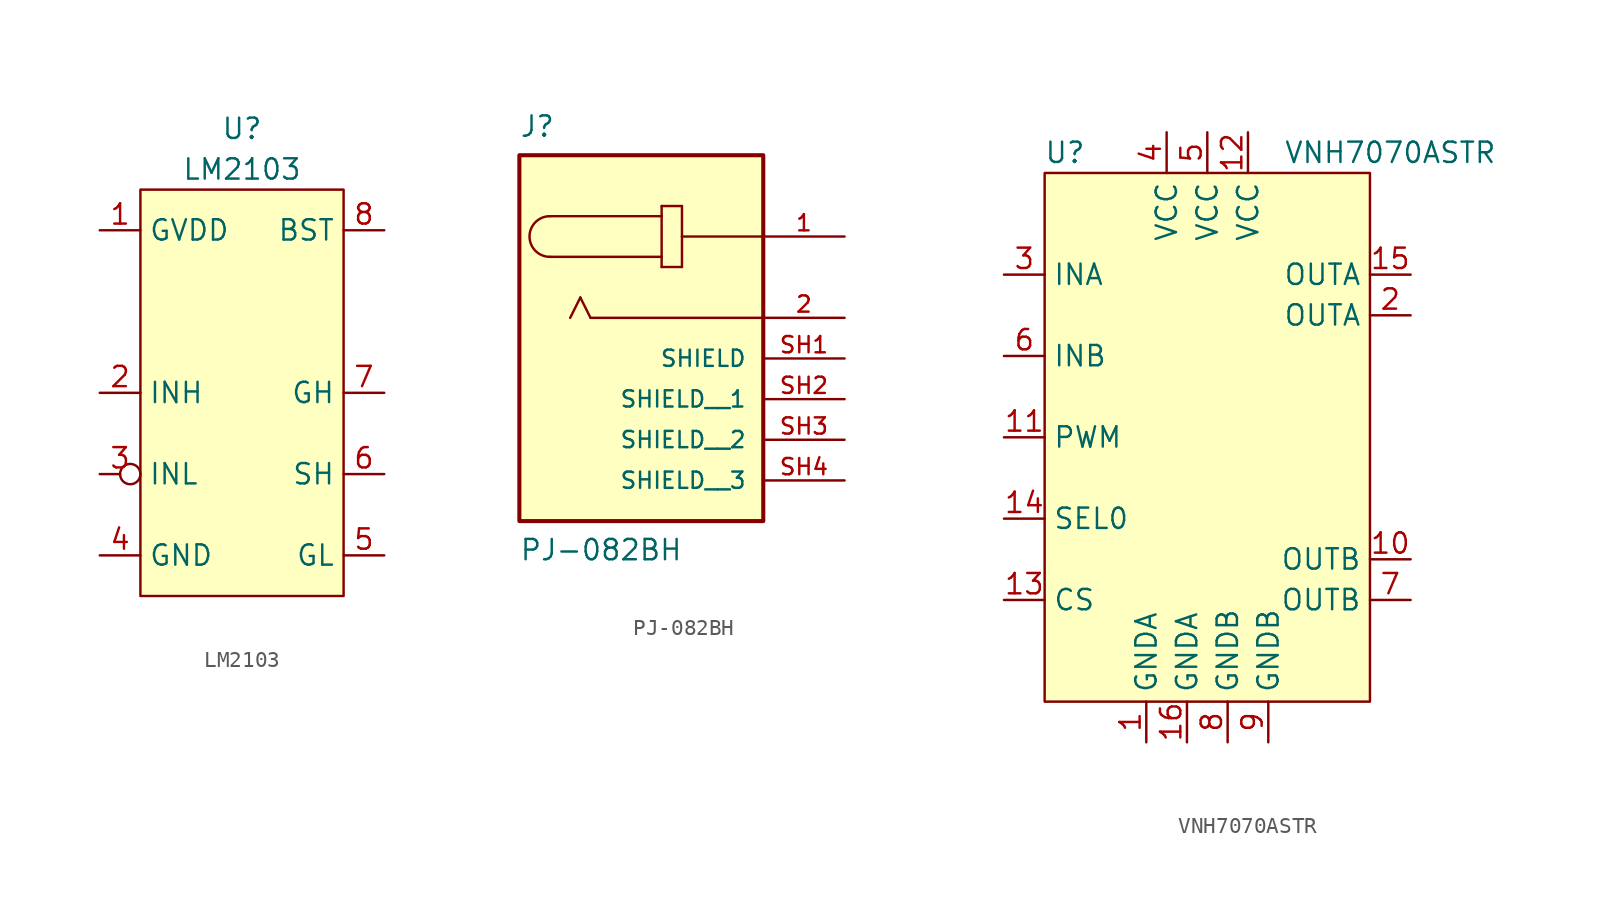
<source format=kicad_sym>
(kicad_symbol_lib
  (version 20220914)
  (generator kicad_symbol_editor)
  (symbol "LM2103"
    (property "Reference" "U"
      (at 0 16.51 0)
      (effects (font (size 1.27 1.27))))
    (property "Value" "LM2103"
      (at 0 13.97 0)
      (effects (font (size 1.27 1.27))))
    (symbol "LM2103_1_1"
      (rectangle (start -6.35 12.7) (end 6.35 -12.7) (stroke (width 0) (type default)) (fill (type background)))
      (pin input line (at -8.89 10.16 0) (length 2.54) (name "GVDD" (effects (font (size 1.27 1.27)))) (number "1" (effects (font (size 1.27 1.27)))))
      (pin input line (at -8.89 0 0) (length 2.54) (name "INH" (effects (font (size 1.27 1.27)))) (number "2" (effects (font (size 1.27 1.27)))))
      (pin input inverted (at -8.89 -5.08 0) (length 2.54) (name "INL" (effects (font (size 1.27 1.27)))) (number "3" (effects (font (size 1.27 1.27)))))
      (pin input line (at -8.89 -10.16 0) (length 2.54) (name "GND" (effects (font (size 1.27 1.27)))) (number "4" (effects (font (size 1.27 1.27)))))
      (pin input line (at 8.89 -10.16 180) (length 2.54) (name "GL" (effects (font (size 1.27 1.27)))) (number "5" (effects (font (size 1.27 1.27)))))
      (pin input line (at 8.89 -5.08 180) (length 2.54) (name "SH" (effects (font (size 1.27 1.27)))) (number "6" (effects (font (size 1.27 1.27)))))
      (pin input line (at 8.89 0 180) (length 2.54) (name "GH" (effects (font (size 1.27 1.27)))) (number "7" (effects (font (size 1.27 1.27)))))
      (pin input line (at 8.89 10.16 180) (length 2.54) (name "BST" (effects (font (size 1.27 1.27)))) (number "8" (effects (font (size 1.27 1.27)))))))
  (symbol "PJ-082BH"
    (pin_names
      (offset 1.016))
    (property "Reference" "J"
      (at -7.625 10.163 0)
      (effects (font (size 1.27 1.27)) (justify left top)))
    (property "Value" "PJ-082BH"
      (at -7.632 -17.788 0)
      (effects (font (size 1.27 1.27)) (justify left bottom)))
    (symbol "PJ-082BH_0_0"
      (rectangle (start -7.62 -15.24) (end 7.62 7.62) (stroke (width 0.254) (type default)) (fill (type background)))
      (arc (start -5.715 3.81) (mid -6.9795 2.54) (end -5.715 1.27) (stroke (width 0.1524) (type default)) (fill (type none)))
      (polyline (pts (xy -5.715 3.81) (xy 1.27 3.81)) (stroke (width 0.152) (type default)) (fill (type none)))
      (polyline (pts (xy -3.81 -1.27) (xy -4.445 -2.54)) (stroke (width 0.152) (type default)) (fill (type none)))
      (polyline (pts (xy -3.175 -2.54) (xy -3.81 -1.27)) (stroke (width 0.152) (type default)) (fill (type none)))
      (polyline (pts (xy 1.27 0.635) (xy 2.54 0.635)) (stroke (width 0.152) (type default)) (fill (type none)))
      (polyline (pts (xy 1.27 1.27) (xy -5.715 1.27)) (stroke (width 0.152) (type default)) (fill (type none)))
      (polyline (pts (xy 1.27 1.27) (xy 1.27 0.635)) (stroke (width 0.152) (type default)) (fill (type none)))
      (polyline (pts (xy 1.27 3.81) (xy 1.27 1.27)) (stroke (width 0.152) (type default)) (fill (type none)))
      (polyline (pts (xy 1.27 4.445) (xy 1.27 3.81)) (stroke (width 0.152) (type default)) (fill (type none)))
      (polyline (pts (xy 2.54 0.635) (xy 2.54 2.54)) (stroke (width 0.152) (type default)) (fill (type none)))
      (polyline (pts (xy 2.54 2.54) (xy 2.54 4.445)) (stroke (width 0.152) (type default)) (fill (type none)))
      (polyline (pts (xy 2.54 2.54) (xy 7.62 2.54)) (stroke (width 0.152) (type default)) (fill (type none)))
      (polyline (pts (xy 2.54 4.445) (xy 1.27 4.445)) (stroke (width 0.152) (type default)) (fill (type none)))
      (polyline (pts (xy 7.62 -2.54) (xy -3.175 -2.54)) (stroke (width 0.152) (type default)) (fill (type none)))
      (pin passive line (at 12.7 2.54 180) (length 5.08) (name "~" (effects (font (size 1.016 1.016)))) (number "1" (effects (font (size 1.016 1.016)))))
      (pin passive line (at 12.7 -2.54 180) (length 5.08) (name "~" (effects (font (size 1.016 1.016)))) (number "2" (effects (font (size 1.016 1.016)))))
      (pin passive line (at 12.7 -5.08 180) (length 5.08) (name "SHIELD" (effects (font (size 1.016 1.016)))) (number "SH1" (effects (font (size 1.016 1.016)))))
      (pin passive line (at 12.7 -7.62 180) (length 5.08) (name "SHIELD__1" (effects (font (size 1.016 1.016)))) (number "SH2" (effects (font (size 1.016 1.016)))))
      (pin passive line (at 12.7 -10.16 180) (length 5.08) (name "SHIELD__2" (effects (font (size 1.016 1.016)))) (number "SH3" (effects (font (size 1.016 1.016)))))
      (pin passive line (at 12.7 -12.7 180) (length 5.08) (name "SHIELD__3" (effects (font (size 1.016 1.016)))) (number "SH4" (effects (font (size 1.016 1.016)))))))
  (symbol "VNH7070ASTR"
    (property "Reference" "U"
      (at -8.89 17.78 0)
      (effects (font (size 1.27 1.27))))
    (property "Value" "VNH7070ASTR"
      (at 11.43 17.78 0)
      (effects (font (size 1.27 1.27))))
    (symbol "VNH7070ASTR_1_1"
      (rectangle (start -10.16 16.51) (end 10.16 -16.51) (stroke (width 0) (type default)) (fill (type background)))
      (pin input line (at -3.81 -19.05 90) (length 2.54) (name "GNDA" (effects (font (size 1.27 1.27)))) (number "1" (effects (font (size 1.27 1.27)))))
      (pin input line (at 12.7 -7.62 180) (length 2.54) (name "OUTB" (effects (font (size 1.27 1.27)))) (number "10" (effects (font (size 1.27 1.27)))))
      (pin input line (at -12.7 0 0) (length 2.54) (name "PWM" (effects (font (size 1.27 1.27)))) (number "11" (effects (font (size 1.27 1.27)))))
      (pin input line (at 2.54 19.05 270) (length 2.54) (name "VCC" (effects (font (size 1.27 1.27)))) (number "12" (effects (font (size 1.27 1.27)))))
      (pin input line (at -12.7 -10.16 0) (length 2.54) (name "CS" (effects (font (size 1.27 1.27)))) (number "13" (effects (font (size 1.27 1.27)))))
      (pin input line (at -12.7 -5.08 0) (length 2.54) (name "SEL0" (effects (font (size 1.27 1.27)))) (number "14" (effects (font (size 1.27 1.27)))))
      (pin input line (at 12.7 10.16 180) (length 2.54) (name "OUTA" (effects (font (size 1.27 1.27)))) (number "15" (effects (font (size 1.27 1.27)))))
      (pin input line (at -1.27 -19.05 90) (length 2.54) (name "GNDA" (effects (font (size 1.27 1.27)))) (number "16" (effects (font (size 1.27 1.27)))))
      (pin input line (at 12.7 7.62 180) (length 2.54) (name "OUTA" (effects (font (size 1.27 1.27)))) (number "2" (effects (font (size 1.27 1.27)))))
      (pin input line (at -12.7 10.16 0) (length 2.54) (name "INA" (effects (font (size 1.27 1.27)))) (number "3" (effects (font (size 1.27 1.27)))))
      (pin input line (at -2.54 19.05 270) (length 2.54) (name "VCC" (effects (font (size 1.27 1.27)))) (number "4" (effects (font (size 1.27 1.27)))))
      (pin input line (at 0 19.05 270) (length 2.54) (name "VCC" (effects (font (size 1.27 1.27)))) (number "5" (effects (font (size 1.27 1.27)))))
      (pin input line (at -12.7 5.08 0) (length 2.54) (name "INB" (effects (font (size 1.27 1.27)))) (number "6" (effects (font (size 1.27 1.27)))))
      (pin input line (at 12.7 -10.16 180) (length 2.54) (name "OUTB" (effects (font (size 1.27 1.27)))) (number "7" (effects (font (size 1.27 1.27)))))
      (pin input line (at 1.27 -19.05 90) (length 2.54) (name "GNDB" (effects (font (size 1.27 1.27)))) (number "8" (effects (font (size 1.27 1.27)))))
      (pin input line (at 3.81 -19.05 90) (length 2.54) (name "GNDB" (effects (font (size 1.27 1.27)))) (number "9" (effects (font (size 1.27 1.27))))))))
</source>
